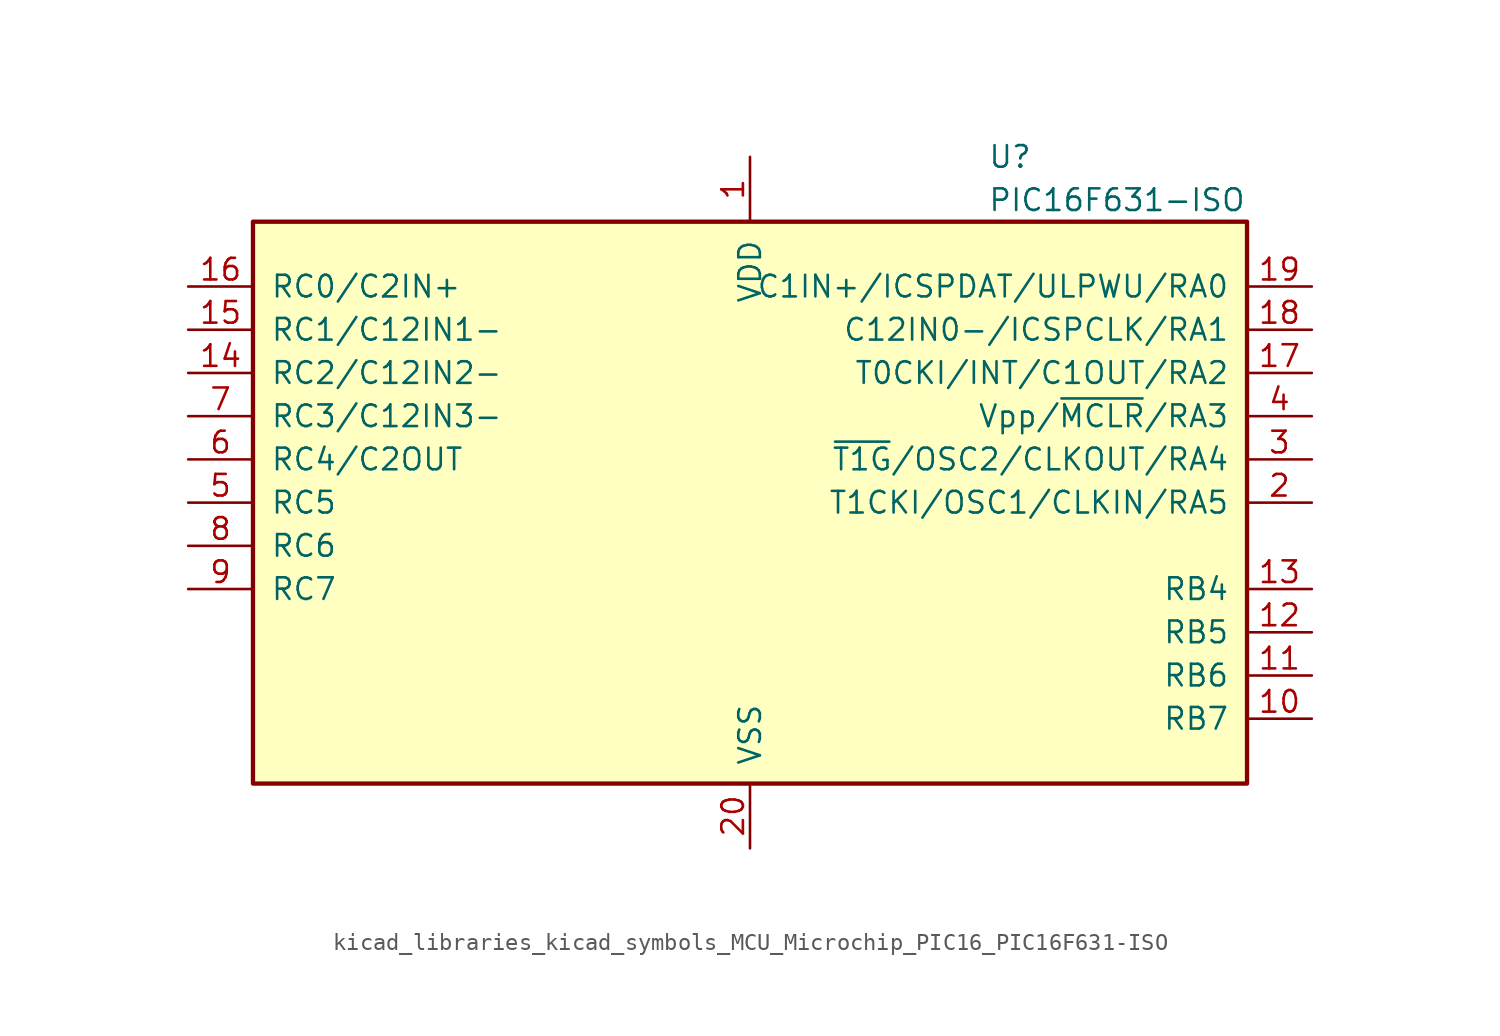
<source format=kicad_sym>
(kicad_symbol_lib
  (version 20220914)
  (generator kicad_symbol_editor)
  (symbol "kicad_libraries_kicad_symbols_MCU_Microchip_PIC16_PIC16F631-ISO"
    (pin_names
      (offset 1.016))
    (property "Reference" "U"
      (at 13.97 20.32 0)
      (effects (font (size 1.27 1.27)) (justify left)))
    (property "Value" "PIC16F631-ISO"
      (at 13.97 17.78 0)
      (effects (font (size 1.27 1.27)) (justify left)))
    (symbol "kicad_libraries_kicad_symbols_MCU_Microchip_PIC16_PIC16F631-ISO_0_1"
      (rectangle (start -29.21 16.51) (end 29.21 -16.51) (stroke (width 0.254) (type default)) (fill (type background))))
    (symbol "kicad_libraries_kicad_symbols_MCU_Microchip_PIC16_PIC16F631-ISO_1_1"
      (pin power_in line (at 0 20.32 270) (length 3.81) (name "VDD" (effects (font (size 1.27 1.27)))) (number "1" (effects (font (size 1.27 1.27)))))
      (pin bidirectional line (at 33.02 -12.7 180) (length 3.81) (name "RB7" (effects (font (size 1.27 1.27)))) (number "10" (effects (font (size 1.27 1.27)))))
      (pin bidirectional line (at 33.02 -10.16 180) (length 3.81) (name "RB6" (effects (font (size 1.27 1.27)))) (number "11" (effects (font (size 1.27 1.27)))))
      (pin bidirectional line (at 33.02 -7.62 180) (length 3.81) (name "RB5" (effects (font (size 1.27 1.27)))) (number "12" (effects (font (size 1.27 1.27)))))
      (pin bidirectional line (at 33.02 -5.08 180) (length 3.81) (name "RB4" (effects (font (size 1.27 1.27)))) (number "13" (effects (font (size 1.27 1.27)))))
      (pin bidirectional line (at -33.02 7.62 0) (length 3.81) (name "RC2/C12IN2-" (effects (font (size 1.27 1.27)))) (number "14" (effects (font (size 1.27 1.27)))))
      (pin bidirectional line (at -33.02 10.16 0) (length 3.81) (name "RC1/C12IN1-" (effects (font (size 1.27 1.27)))) (number "15" (effects (font (size 1.27 1.27)))))
      (pin bidirectional line (at -33.02 12.7 0) (length 3.81) (name "RC0/C2IN+" (effects (font (size 1.27 1.27)))) (number "16" (effects (font (size 1.27 1.27)))))
      (pin bidirectional line (at 33.02 7.62 180) (length 3.81) (name "T0CKI/INT/C1OUT/RA2" (effects (font (size 1.27 1.27)))) (number "17" (effects (font (size 1.27 1.27)))))
      (pin bidirectional line (at 33.02 10.16 180) (length 3.81) (name "C12IN0-/ICSPCLK/RA1" (effects (font (size 1.27 1.27)))) (number "18" (effects (font (size 1.27 1.27)))))
      (pin bidirectional line (at 33.02 12.7 180) (length 3.81) (name "C1IN+/ICSPDAT/ULPWU/RA0" (effects (font (size 1.27 1.27)))) (number "19" (effects (font (size 1.27 1.27)))))
      (pin bidirectional line (at 33.02 0 180) (length 3.81) (name "T1CKI/OSC1/CLKIN/RA5" (effects (font (size 1.27 1.27)))) (number "2" (effects (font (size 1.27 1.27)))))
      (pin power_in line (at 0 -20.32 90) (length 3.81) (name "VSS" (effects (font (size 1.27 1.27)))) (number "20" (effects (font (size 1.27 1.27)))))
      (pin bidirectional line (at 33.02 2.54 180) (length 3.81) (name "~{T1G}/OSC2/CLKOUT/RA4" (effects (font (size 1.27 1.27)))) (number "3" (effects (font (size 1.27 1.27)))))
      (pin input line (at 33.02 5.08 180) (length 3.81) (name "Vpp/~{MCLR}/RA3" (effects (font (size 1.27 1.27)))) (number "4" (effects (font (size 1.27 1.27)))))
      (pin bidirectional line (at -33.02 0 0) (length 3.81) (name "RC5" (effects (font (size 1.27 1.27)))) (number "5" (effects (font (size 1.27 1.27)))))
      (pin bidirectional line (at -33.02 2.54 0) (length 3.81) (name "RC4/C2OUT" (effects (font (size 1.27 1.27)))) (number "6" (effects (font (size 1.27 1.27)))))
      (pin bidirectional line (at -33.02 5.08 0) (length 3.81) (name "RC3/C12IN3-" (effects (font (size 1.27 1.27)))) (number "7" (effects (font (size 1.27 1.27)))))
      (pin bidirectional line (at -33.02 -2.54 0) (length 3.81) (name "RC6" (effects (font (size 1.27 1.27)))) (number "8" (effects (font (size 1.27 1.27)))))
      (pin bidirectional line (at -33.02 -5.08 0) (length 3.81) (name "RC7" (effects (font (size 1.27 1.27)))) (number "9" (effects (font (size 1.27 1.27))))))))
</source>
